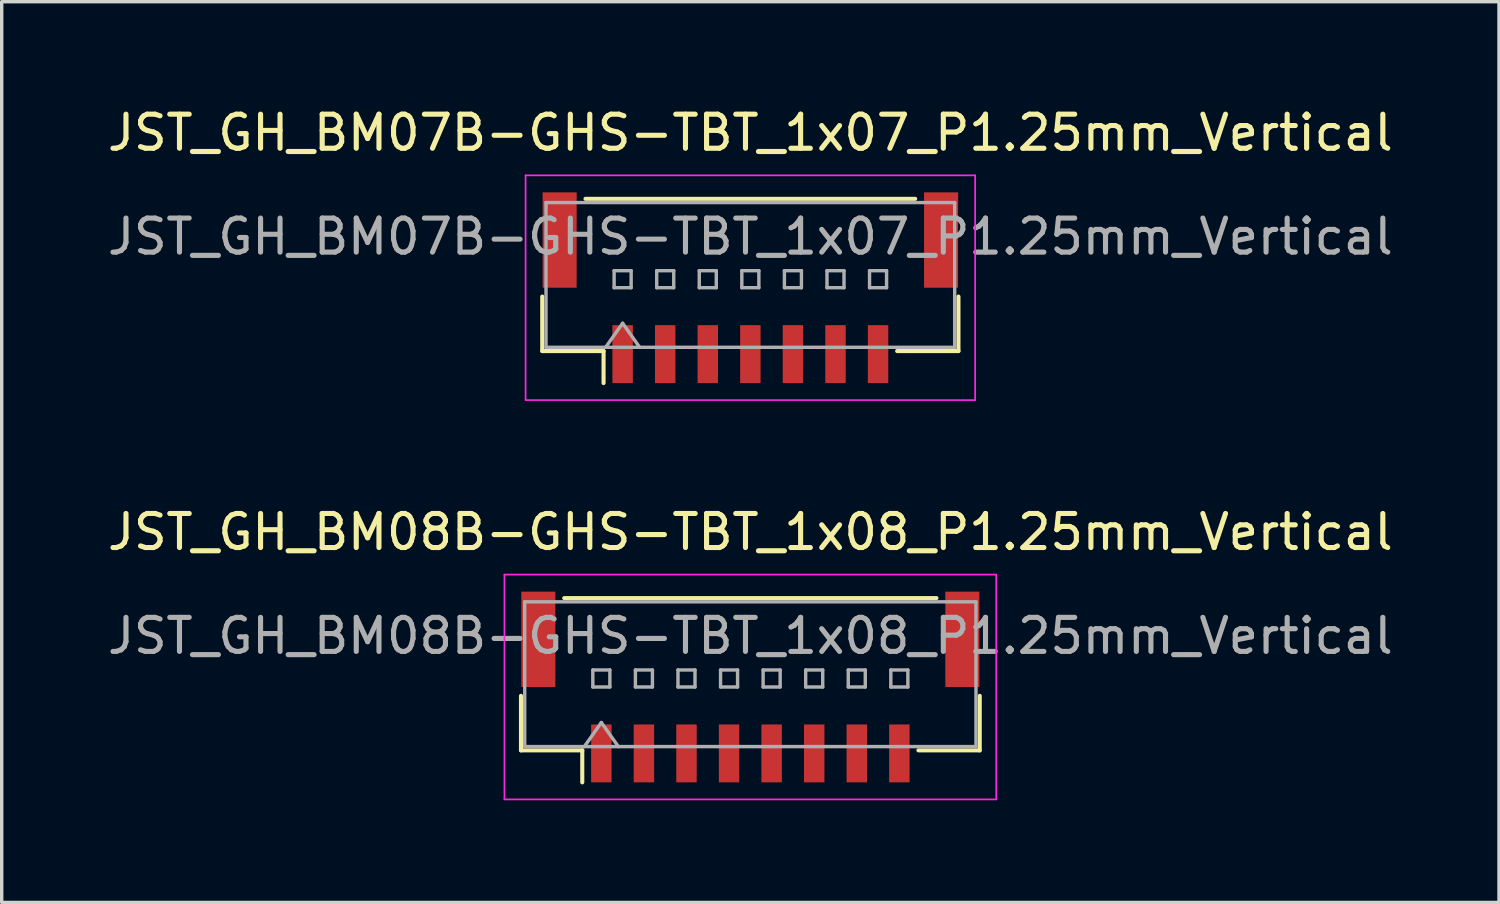
<source format=kicad_pcb>
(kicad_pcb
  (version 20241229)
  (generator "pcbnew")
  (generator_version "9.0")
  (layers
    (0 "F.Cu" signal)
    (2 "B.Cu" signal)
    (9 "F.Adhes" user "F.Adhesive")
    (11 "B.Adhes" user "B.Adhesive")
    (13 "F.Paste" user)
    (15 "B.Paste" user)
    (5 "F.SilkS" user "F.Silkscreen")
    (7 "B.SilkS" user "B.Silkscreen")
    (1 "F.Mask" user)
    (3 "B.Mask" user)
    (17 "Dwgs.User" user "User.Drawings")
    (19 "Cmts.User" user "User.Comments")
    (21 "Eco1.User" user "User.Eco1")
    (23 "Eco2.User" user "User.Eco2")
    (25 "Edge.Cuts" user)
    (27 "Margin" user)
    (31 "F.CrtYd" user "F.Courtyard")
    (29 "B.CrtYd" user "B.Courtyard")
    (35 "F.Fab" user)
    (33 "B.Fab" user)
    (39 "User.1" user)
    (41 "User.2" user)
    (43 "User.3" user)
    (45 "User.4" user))
  (footprint "JST_GH_BM08B-GHS-TBT_1x08_P1.25mm_Vertical"
    (layer "F.Cu")
    (at 18.982 17.122)
    (property "Reference" "JST_GH_BM08B-GHS-TBT_1x08_P1.25mm_Vertical" (at 0 -4.55 0) (layer "F.SilkS") (effects (font (size 1 1) (thickness 0.15))))
    (attr smd)
    (fp_line (start -6.735 0.26) (end -6.735 1.86) (stroke (width 0.12) (type solid)) (layer "F.SilkS"))
    (fp_line (start -6.735 1.86) (end -4.935 1.86) (stroke (width 0.12) (type solid)) (layer "F.SilkS"))
    (fp_line (start -5.465 -2.61) (end 5.465 -2.61) (stroke (width 0.12) (type solid)) (layer "F.SilkS"))
    (fp_line (start -4.935 1.86) (end -4.935 2.8) (stroke (width 0.12) (type solid)) (layer "F.SilkS"))
    (fp_line (start 6.735 0.26) (end 6.735 1.86) (stroke (width 0.12) (type solid)) (layer "F.SilkS"))
    (fp_line (start 6.735 1.86) (end 4.935 1.86) (stroke (width 0.12) (type solid)) (layer "F.SilkS"))
    (fp_line (start -7.22 -3.3) (end -7.22 3.3) (stroke (width 0.05) (type solid)) (layer "F.CrtYd"))
    (fp_line (start -7.22 3.3) (end 7.22 3.3) (stroke (width 0.05) (type solid)) (layer "F.CrtYd"))
    (fp_line (start 7.22 -3.3) (end -7.22 -3.3) (stroke (width 0.05) (type solid)) (layer "F.CrtYd"))
    (fp_line (start 7.22 3.3) (end 7.22 -3.3) (stroke (width 0.05) (type solid)) (layer "F.CrtYd"))
    (fp_line (start -6.625 -2.5) (end 6.625 -2.5) (stroke (width 0.1) (type solid)) (layer "F.Fab"))
    (fp_line (start -6.625 1.75) (end -6.625 -2.5) (stroke (width 0.1) (type solid)) (layer "F.Fab"))
    (fp_line (start -6.625 1.75) (end 6.625 1.75) (stroke (width 0.1) (type solid)) (layer "F.Fab"))
    (fp_line (start -4.875 1.75) (end -4.375 1.043) (stroke (width 0.1) (type solid)) (layer "F.Fab"))
    (fp_line (start -4.625 -0.5) (end -4.625 0) (stroke (width 0.1) (type solid)) (layer "F.Fab"))
    (fp_line (start -4.625 0) (end -4.125 0) (stroke (width 0.1) (type solid)) (layer "F.Fab"))
    (fp_line (start -4.375 1.043) (end -3.875 1.75) (stroke (width 0.1) (type solid)) (layer "F.Fab"))
    (fp_line (start -4.125 -0.5) (end -4.625 -0.5) (stroke (width 0.1) (type solid)) (layer "F.Fab"))
    (fp_line (start -4.125 0) (end -4.125 -0.5) (stroke (width 0.1) (type solid)) (layer "F.Fab"))
    (fp_line (start -3.375 -0.5) (end -3.375 0) (stroke (width 0.1) (type solid)) (layer "F.Fab"))
    (fp_line (start -3.375 0) (end -2.875 0) (stroke (width 0.1) (type solid)) (layer "F.Fab"))
    (fp_line (start -2.875 -0.5) (end -3.375 -0.5) (stroke (width 0.1) (type solid)) (layer "F.Fab"))
    (fp_line (start -2.875 0) (end -2.875 -0.5) (stroke (width 0.1) (type solid)) (layer "F.Fab"))
    (fp_line (start -2.125 -0.5) (end -2.125 0) (stroke (width 0.1) (type solid)) (layer "F.Fab"))
    (fp_line (start -2.125 0) (end -1.625 0) (stroke (width 0.1) (type solid)) (layer "F.Fab"))
    (fp_line (start -1.625 -0.5) (end -2.125 -0.5) (stroke (width 0.1) (type solid)) (layer "F.Fab"))
    (fp_line (start -1.625 0) (end -1.625 -0.5) (stroke (width 0.1) (type solid)) (layer "F.Fab"))
    (fp_line (start -0.875 -0.5) (end -0.875 0) (stroke (width 0.1) (type solid)) (layer "F.Fab"))
    (fp_line (start -0.875 0) (end -0.375 0) (stroke (width 0.1) (type solid)) (layer "F.Fab"))
    (fp_line (start -0.375 -0.5) (end -0.875 -0.5) (stroke (width 0.1) (type solid)) (layer "F.Fab"))
    (fp_line (start -0.375 0) (end -0.375 -0.5) (stroke (width 0.1) (type solid)) (layer "F.Fab"))
    (fp_line (start 0.375 -0.5) (end 0.375 0) (stroke (width 0.1) (type solid)) (layer "F.Fab"))
    (fp_line (start 0.375 0) (end 0.875 0) (stroke (width 0.1) (type solid)) (layer "F.Fab"))
    (fp_line (start 0.875 -0.5) (end 0.375 -0.5) (stroke (width 0.1) (type solid)) (layer "F.Fab"))
    (fp_line (start 0.875 0) (end 0.875 -0.5) (stroke (width 0.1) (type solid)) (layer "F.Fab"))
    (fp_line (start 1.625 -0.5) (end 1.625 0) (stroke (width 0.1) (type solid)) (layer "F.Fab"))
    (fp_line (start 1.625 0) (end 2.125 0) (stroke (width 0.1) (type solid)) (layer "F.Fab"))
    (fp_line (start 2.125 -0.5) (end 1.625 -0.5) (stroke (width 0.1) (type solid)) (layer "F.Fab"))
    (fp_line (start 2.125 0) (end 2.125 -0.5) (stroke (width 0.1) (type solid)) (layer "F.Fab"))
    (fp_line (start 2.875 -0.5) (end 2.875 0) (stroke (width 0.1) (type solid)) (layer "F.Fab"))
    (fp_line (start 2.875 0) (end 3.375 0) (stroke (width 0.1) (type solid)) (layer "F.Fab"))
    (fp_line (start 3.375 -0.5) (end 2.875 -0.5) (stroke (width 0.1) (type solid)) (layer "F.Fab"))
    (fp_line (start 3.375 0) (end 3.375 -0.5) (stroke (width 0.1) (type solid)) (layer "F.Fab"))
    (fp_line (start 4.125 -0.5) (end 4.125 0) (stroke (width 0.1) (type solid)) (layer "F.Fab"))
    (fp_line (start 4.125 0) (end 4.625 0) (stroke (width 0.1) (type solid)) (layer "F.Fab"))
    (fp_line (start 4.625 -0.5) (end 4.125 -0.5) (stroke (width 0.1) (type solid)) (layer "F.Fab"))
    (fp_line (start 4.625 0) (end 4.625 -0.5) (stroke (width 0.1) (type solid)) (layer "F.Fab"))
    (fp_line (start 6.625 1.75) (end 6.625 -2.5) (stroke (width 0.1) (type solid)) (layer "F.Fab"))
    (fp_text user "${REFERENCE}" (at 0 -1.5 0) (layer "F.Fab") (effects (font (size 1 1) (thickness 0.15))))
    (pad "" smd rect (at -6.225 -1.4) (size 1 2.8) (layers "F.Cu" "F.Mask" "F.Paste"))
    (pad "" smd rect (at 6.225 -1.4) (size 1 2.8) (layers "F.Cu" "F.Mask" "F.Paste"))
    (pad "1" smd rect (at -4.375 1.95) (size 0.6 1.7) (layers "F.Cu" "F.Mask" "F.Paste"))
    (pad "2" smd rect (at -3.125 1.95) (size 0.6 1.7) (layers "F.Cu" "F.Mask" "F.Paste"))
    (pad "3" smd rect (at -1.875 1.95) (size 0.6 1.7) (layers "F.Cu" "F.Mask" "F.Paste"))
    (pad "4" smd rect (at -0.625 1.95) (size 0.6 1.7) (layers "F.Cu" "F.Mask" "F.Paste"))
    (pad "5" smd rect (at 0.625 1.95) (size 0.6 1.7) (layers "F.Cu" "F.Mask" "F.Paste"))
    (pad "6" smd rect (at 1.875 1.95) (size 0.6 1.7) (layers "F.Cu" "F.Mask" "F.Paste"))
    (pad "7" smd rect (at 3.125 1.95) (size 0.6 1.7) (layers "F.Cu" "F.Mask" "F.Paste"))
    (pad "8" smd rect (at 4.375 1.95) (size 0.6 1.7) (layers "F.Cu" "F.Mask" "F.Paste")))
  (footprint "JST_GH_BM07B-GHS-TBT_1x07_P1.25mm_Vertical"
    (layer "F.Cu")
    (at 18.982 5.398)
    (property "Reference" "JST_GH_BM07B-GHS-TBT_1x07_P1.25mm_Vertical" (at 0 -4.55 0) (layer "F.SilkS") (effects (font (size 1 1) (thickness 0.15))))
    (attr smd)
    (fp_line (start -6.11 0.26) (end -6.11 1.86) (stroke (width 0.12) (type solid)) (layer "F.SilkS"))
    (fp_line (start -6.11 1.86) (end -4.31 1.86) (stroke (width 0.12) (type solid)) (layer "F.SilkS"))
    (fp_line (start -4.84 -2.61) (end 4.84 -2.61) (stroke (width 0.12) (type solid)) (layer "F.SilkS"))
    (fp_line (start -4.31 1.86) (end -4.31 2.8) (stroke (width 0.12) (type solid)) (layer "F.SilkS"))
    (fp_line (start 6.11 0.26) (end 6.11 1.86) (stroke (width 0.12) (type solid)) (layer "F.SilkS"))
    (fp_line (start 6.11 1.86) (end 4.31 1.86) (stroke (width 0.12) (type solid)) (layer "F.SilkS"))
    (fp_line (start -6.6 -3.3) (end -6.6 3.3) (stroke (width 0.05) (type solid)) (layer "F.CrtYd"))
    (fp_line (start -6.6 3.3) (end 6.6 3.3) (stroke (width 0.05) (type solid)) (layer "F.CrtYd"))
    (fp_line (start 6.6 -3.3) (end -6.6 -3.3) (stroke (width 0.05) (type solid)) (layer "F.CrtYd"))
    (fp_line (start 6.6 3.3) (end 6.6 -3.3) (stroke (width 0.05) (type solid)) (layer "F.CrtYd"))
    (fp_line (start -6 -2.5) (end 6 -2.5) (stroke (width 0.1) (type solid)) (layer "F.Fab"))
    (fp_line (start -6 1.75) (end -6 -2.5) (stroke (width 0.1) (type solid)) (layer "F.Fab"))
    (fp_line (start -6 1.75) (end 6 1.75) (stroke (width 0.1) (type solid)) (layer "F.Fab"))
    (fp_line (start -4.25 1.75) (end -3.75 1.043) (stroke (width 0.1) (type solid)) (layer "F.Fab"))
    (fp_line (start -4 -0.5) (end -4 0) (stroke (width 0.1) (type solid)) (layer "F.Fab"))
    (fp_line (start -4 0) (end -3.5 0) (stroke (width 0.1) (type solid)) (layer "F.Fab"))
    (fp_line (start -3.75 1.043) (end -3.25 1.75) (stroke (width 0.1) (type solid)) (layer "F.Fab"))
    (fp_line (start -3.5 -0.5) (end -4 -0.5) (stroke (width 0.1) (type solid)) (layer "F.Fab"))
    (fp_line (start -3.5 0) (end -3.5 -0.5) (stroke (width 0.1) (type solid)) (layer "F.Fab"))
    (fp_line (start -2.75 -0.5) (end -2.75 0) (stroke (width 0.1) (type solid)) (layer "F.Fab"))
    (fp_line (start -2.75 0) (end -2.25 0) (stroke (width 0.1) (type solid)) (layer "F.Fab"))
    (fp_line (start -2.25 -0.5) (end -2.75 -0.5) (stroke (width 0.1) (type solid)) (layer "F.Fab"))
    (fp_line (start -2.25 0) (end -2.25 -0.5) (stroke (width 0.1) (type solid)) (layer "F.Fab"))
    (fp_line (start -1.5 -0.5) (end -1.5 0) (stroke (width 0.1) (type solid)) (layer "F.Fab"))
    (fp_line (start -1.5 0) (end -1 0) (stroke (width 0.1) (type solid)) (layer "F.Fab"))
    (fp_line (start -1 -0.5) (end -1.5 -0.5) (stroke (width 0.1) (type solid)) (layer "F.Fab"))
    (fp_line (start -1 0) (end -1 -0.5) (stroke (width 0.1) (type solid)) (layer "F.Fab"))
    (fp_line (start -0.25 -0.5) (end -0.25 0) (stroke (width 0.1) (type solid)) (layer "F.Fab"))
    (fp_line (start -0.25 0) (end 0.25 0) (stroke (width 0.1) (type solid)) (layer "F.Fab"))
    (fp_line (start 0.25 -0.5) (end -0.25 -0.5) (stroke (width 0.1) (type solid)) (layer "F.Fab"))
    (fp_line (start 0.25 0) (end 0.25 -0.5) (stroke (width 0.1) (type solid)) (layer "F.Fab"))
    (fp_line (start 1 -0.5) (end 1 0) (stroke (width 0.1) (type solid)) (layer "F.Fab"))
    (fp_line (start 1 0) (end 1.5 0) (stroke (width 0.1) (type solid)) (layer "F.Fab"))
    (fp_line (start 1.5 -0.5) (end 1 -0.5) (stroke (width 0.1) (type solid)) (layer "F.Fab"))
    (fp_line (start 1.5 0) (end 1.5 -0.5) (stroke (width 0.1) (type solid)) (layer "F.Fab"))
    (fp_line (start 2.25 -0.5) (end 2.25 0) (stroke (width 0.1) (type solid)) (layer "F.Fab"))
    (fp_line (start 2.25 0) (end 2.75 0) (stroke (width 0.1) (type solid)) (layer "F.Fab"))
    (fp_line (start 2.75 -0.5) (end 2.25 -0.5) (stroke (width 0.1) (type solid)) (layer "F.Fab"))
    (fp_line (start 2.75 0) (end 2.75 -0.5) (stroke (width 0.1) (type solid)) (layer "F.Fab"))
    (fp_line (start 3.5 -0.5) (end 3.5 0) (stroke (width 0.1) (type solid)) (layer "F.Fab"))
    (fp_line (start 3.5 0) (end 4 0) (stroke (width 0.1) (type solid)) (layer "F.Fab"))
    (fp_line (start 4 -0.5) (end 3.5 -0.5) (stroke (width 0.1) (type solid)) (layer "F.Fab"))
    (fp_line (start 4 0) (end 4 -0.5) (stroke (width 0.1) (type solid)) (layer "F.Fab"))
    (fp_line (start 6 1.75) (end 6 -2.5) (stroke (width 0.1) (type solid)) (layer "F.Fab"))
    (fp_text user "${REFERENCE}" (at 0 -1.5 0) (layer "F.Fab") (effects (font (size 1 1) (thickness 0.15))))
    (pad "" smd rect (at -5.6 -1.4) (size 1 2.8) (layers "F.Cu" "F.Mask" "F.Paste"))
    (pad "" smd rect (at 5.6 -1.4) (size 1 2.8) (layers "F.Cu" "F.Mask" "F.Paste"))
    (pad "1" smd rect (at -3.75 1.95) (size 0.6 1.7) (layers "F.Cu" "F.Mask" "F.Paste"))
    (pad "2" smd rect (at -2.5 1.95) (size 0.6 1.7) (layers "F.Cu" "F.Mask" "F.Paste"))
    (pad "3" smd rect (at -1.25 1.95) (size 0.6 1.7) (layers "F.Cu" "F.Mask" "F.Paste"))
    (pad "4" smd rect (at 0 1.95) (size 0.6 1.7) (layers "F.Cu" "F.Mask" "F.Paste"))
    (pad "5" smd rect (at 1.25 1.95) (size 0.6 1.7) (layers "F.Cu" "F.Mask" "F.Paste"))
    (pad "6" smd rect (at 2.5 1.95) (size 0.6 1.7) (layers "F.Cu" "F.Mask" "F.Paste"))
    (pad "7" smd rect (at 3.75 1.95) (size 0.6 1.7) (layers "F.Cu" "F.Mask" "F.Paste")))
  (gr_rect
    (start -3 -3)
    (end 40.964 23.447)
    (stroke (width 0.1) (type default))
    (fill no)
    (layer "Edge.Cuts")))
</source>
